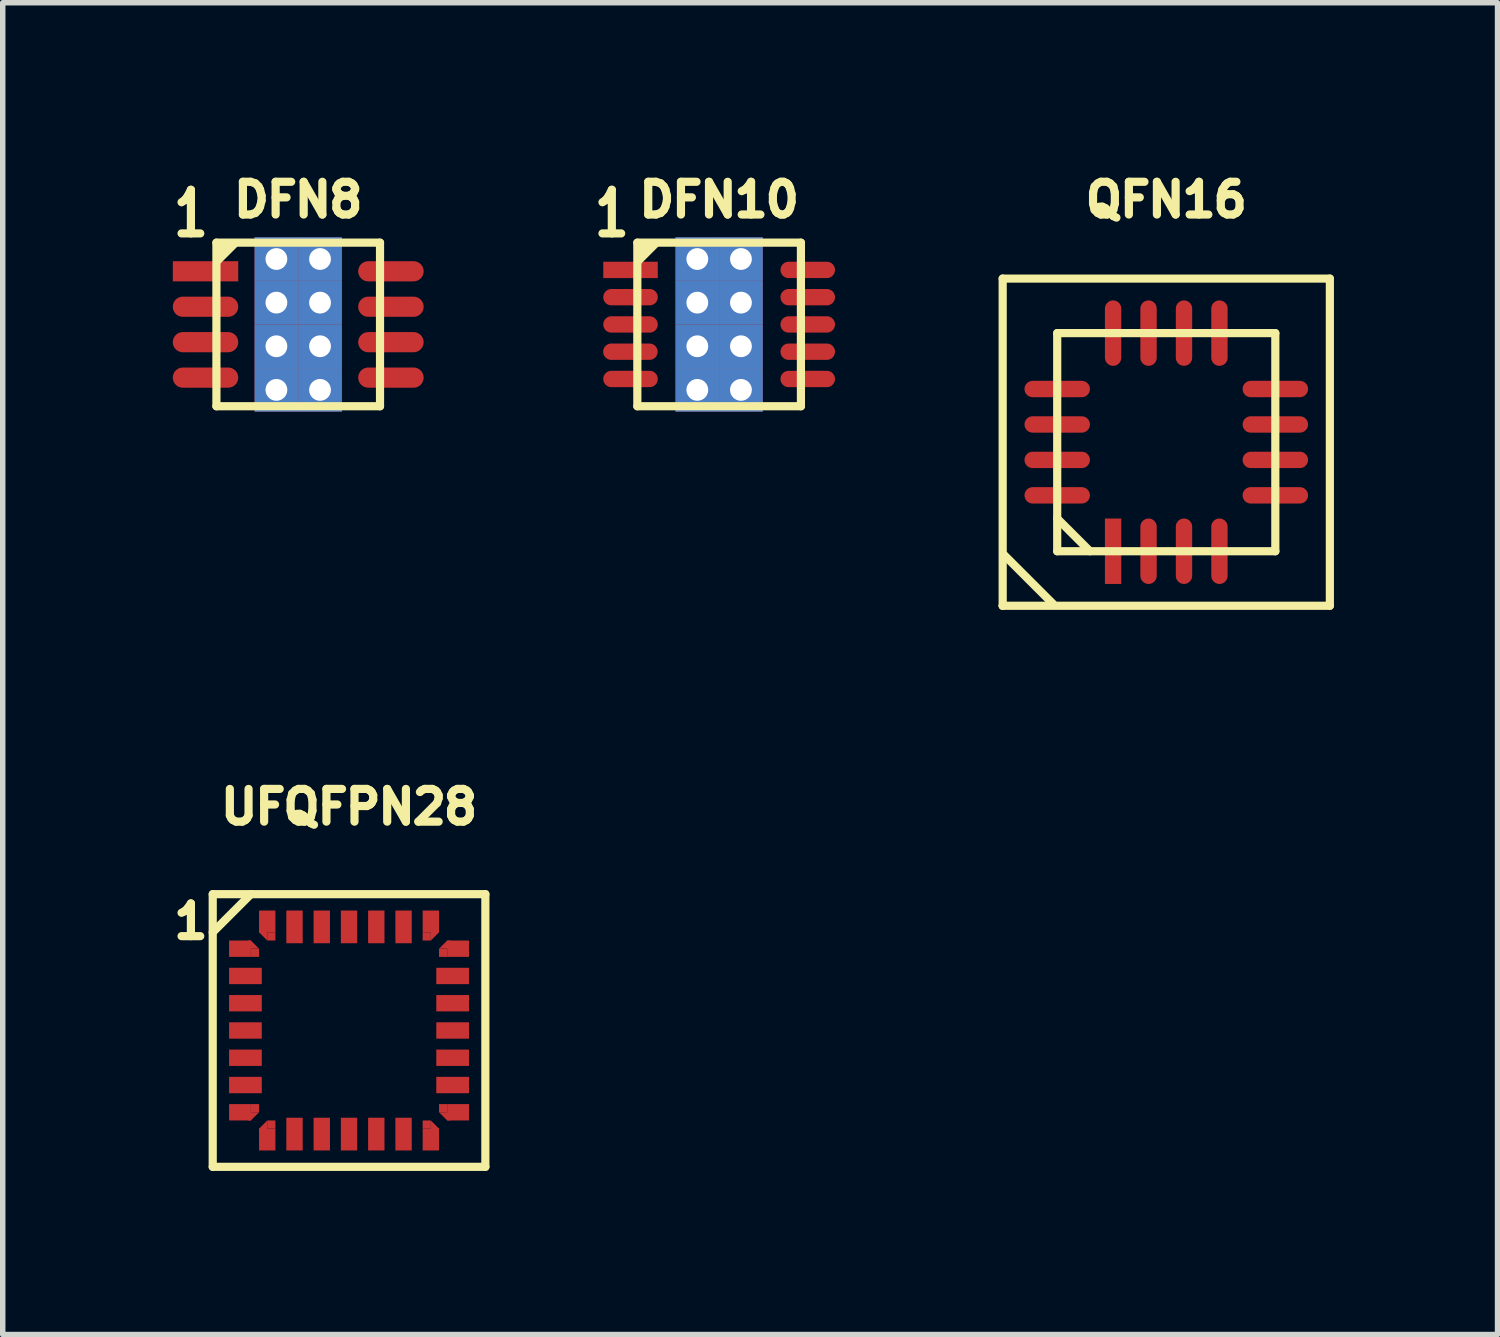
<source format=kicad_pcb>
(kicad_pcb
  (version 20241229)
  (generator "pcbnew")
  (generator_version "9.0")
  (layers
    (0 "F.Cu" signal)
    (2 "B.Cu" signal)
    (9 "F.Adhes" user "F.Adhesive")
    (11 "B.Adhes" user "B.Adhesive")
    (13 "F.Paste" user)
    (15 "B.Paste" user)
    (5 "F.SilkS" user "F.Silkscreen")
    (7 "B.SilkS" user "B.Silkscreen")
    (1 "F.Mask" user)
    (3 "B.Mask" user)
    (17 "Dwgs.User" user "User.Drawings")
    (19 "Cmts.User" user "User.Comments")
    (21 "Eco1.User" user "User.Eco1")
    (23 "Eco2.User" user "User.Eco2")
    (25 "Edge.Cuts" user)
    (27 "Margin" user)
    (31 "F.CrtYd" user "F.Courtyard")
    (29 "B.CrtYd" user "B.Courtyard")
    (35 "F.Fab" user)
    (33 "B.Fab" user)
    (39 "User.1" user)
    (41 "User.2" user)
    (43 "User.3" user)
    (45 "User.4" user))
  (footprint "DFN10"
    (layer "F.Cu")
    (at 10.138 2.9)
    (property "Reference" "DFN10" (at 0 -2.286 0) (layer "F.SilkS") (effects (font (size 0.6 0.6) (thickness 0.15))))
    (attr through_hole)
    (fp_line (start -1.5 -1.5) (end 1.5 -1.5) (stroke (width 0.15) (type solid)) (layer "F.SilkS"))
    (fp_line (start -1.5 1.5) (end -1.5 -1.5) (stroke (width 0.15) (type solid)) (layer "F.SilkS"))
    (fp_line (start -1.48 -1.17) (end -1.17 -1.48) (stroke (width 0.15) (type solid)) (layer "F.SilkS"))
    (fp_line (start -1.333 -1.46) (end -1.46 -1.333) (stroke (width 0.15) (type solid)) (layer "F.SilkS"))
    (fp_line (start 1.5 -1.5) (end 1.5 1.5) (stroke (width 0.15) (type solid)) (layer "F.SilkS"))
    (fp_line (start 1.5 1.5) (end -1.5 1.5) (stroke (width 0.15) (type solid)) (layer "F.SilkS"))
    (fp_text user "1" (at -1.968 -2.032 0) (layer "F.SilkS") (effects (font (size 0.8 0.6) (thickness 0.15))))
    (pad "1" smd rect (at -1.625 -1) (size 1 0.3) (layers "F.Cu" "F.Mask" "F.Paste"))
    (pad "2" smd oval (at -1.625 -0.5) (size 1 0.3) (layers "F.Cu" "F.Mask" "F.Paste"))
    (pad "3" smd oval (at -1.625 0) (size 1 0.3) (layers "F.Cu" "F.Mask" "F.Paste"))
    (pad "4" smd oval (at -1.627 0.5) (size 1 0.3) (layers "F.Cu" "F.Mask" "F.Paste"))
    (pad "5" smd oval (at -1.625 1) (size 1 0.3) (layers "F.Cu" "F.Mask" "F.Paste"))
    (pad "6" smd oval (at 1.625 1) (size 1 0.3) (layers "F.Cu" "F.Mask" "F.Paste"))
    (pad "7" smd oval (at 1.625 0.5) (size 1 0.3) (layers "F.Cu" "F.Mask" "F.Paste"))
    (pad "8" smd oval (at 1.625 0) (size 1 0.3) (layers "F.Cu" "F.Mask" "F.Paste"))
    (pad "9" smd oval (at 1.625 -0.5) (size 1 0.3) (layers "F.Cu" "F.Mask" "F.Paste"))
    (pad "10" smd oval (at 1.625 -1) (size 1 0.3) (layers "F.Cu" "F.Mask" "F.Paste"))
    (pad "PAD" thru_hole rect (at -0.4 -1.2) (size 0.8 0.8) (drill 0.4) (layers "*.Cu" "F.Mask" "F.Paste"))
    (pad "PAD" thru_hole rect (at -0.4 -0.4) (size 0.8 0.8) (drill 0.4) (layers "*.Cu" "F.Mask" "F.Paste"))
    (pad "PAD" thru_hole rect (at -0.4 0.4) (size 0.8 0.8) (drill 0.4) (layers "*.Cu" "F.Mask" "F.Paste"))
    (pad "PAD" thru_hole rect (at -0.4 1.2) (size 0.8 0.8) (drill 0.4) (layers "*.Cu" "F.Mask" "F.Paste"))
    (pad "PAD" thru_hole rect (at 0.4 -1.2) (size 0.8 0.8) (drill 0.4) (layers "*.Cu" "F.Mask" "F.Paste"))
    (pad "PAD" thru_hole rect (at 0.4 -0.4) (size 0.8 0.8) (drill 0.4) (layers "*.Cu" "F.Mask" "F.Paste"))
    (pad "PAD" thru_hole rect (at 0.4 0.4) (size 0.8 0.8) (drill 0.4) (layers "*.Cu" "F.Mask" "F.Paste"))
    (pad "PAD" thru_hole rect (at 0.4 1.2) (size 0.8 0.8) (drill 0.4) (layers "*.Cu" "F.Mask" "F.Paste")))
  (footprint "DFN8"
    (layer "F.Cu")
    (at 2.419 2.9)
    (property "Reference" "DFN8" (at 0 -2.286 0) (layer "F.SilkS") (effects (font (size 0.6 0.6) (thickness 0.15))))
    (attr through_hole)
    (fp_line (start -1.5 -1.5) (end 1.5 -1.5) (stroke (width 0.15) (type solid)) (layer "F.SilkS"))
    (fp_line (start -1.5 1.5) (end -1.5 -1.5) (stroke (width 0.15) (type solid)) (layer "F.SilkS"))
    (fp_line (start -1.48 -1.17) (end -1.17 -1.48) (stroke (width 0.15) (type solid)) (layer "F.SilkS"))
    (fp_line (start -1.333 -1.46) (end -1.46 -1.333) (stroke (width 0.15) (type solid)) (layer "F.SilkS"))
    (fp_line (start 1.5 -1.5) (end 1.5 1.5) (stroke (width 0.15) (type solid)) (layer "F.SilkS"))
    (fp_line (start 1.5 1.5) (end -1.5 1.5) (stroke (width 0.15) (type solid)) (layer "F.SilkS"))
    (fp_text user "1" (at -1.968 -2.032 0) (layer "F.SilkS") (effects (font (size 0.8 0.6) (thickness 0.15))))
    (pad "1" smd rect (at -1.7 -0.975) (size 1.2 0.37) (layers "F.Cu" "F.Mask" "F.Paste"))
    (pad "2" smd oval (at -1.7 -0.325) (size 1.2 0.37) (layers "F.Cu" "F.Mask" "F.Paste"))
    (pad "3" smd oval (at -1.7 0.325) (size 1.2 0.37) (layers "F.Cu" "F.Mask" "F.Paste"))
    (pad "4" smd oval (at -1.7 0.975) (size 1.2 0.37) (layers "F.Cu" "F.Mask" "F.Paste"))
    (pad "5" smd oval (at 1.7 0.975) (size 1.2 0.37) (layers "F.Cu" "F.Mask" "F.Paste"))
    (pad "6" smd oval (at 1.7 0.325) (size 1.2 0.37) (layers "F.Cu" "F.Mask" "F.Paste"))
    (pad "7" smd oval (at 1.7 -0.325) (size 1.2 0.37) (layers "F.Cu" "F.Mask" "F.Paste"))
    (pad "8" smd oval (at 1.7 -0.975) (size 1.2 0.37) (layers "F.Cu" "F.Mask" "F.Paste"))
    (pad "PAD" thru_hole rect (at -0.4 -1.2) (size 0.8 0.8) (drill 0.4) (layers "*.Cu" "F.Mask" "F.Paste"))
    (pad "PAD" thru_hole rect (at -0.4 -0.4) (size 0.8 0.8) (drill 0.4) (layers "*.Cu" "F.Mask" "F.Paste"))
    (pad "PAD" thru_hole rect (at -0.4 0.4) (size 0.8 0.8) (drill 0.4) (layers "*.Cu" "F.Mask" "F.Paste"))
    (pad "PAD" thru_hole rect (at -0.4 1.2) (size 0.8 0.8) (drill 0.4) (layers "*.Cu" "F.Mask" "F.Paste"))
    (pad "PAD" thru_hole rect (at 0.4 -1.2) (size 0.8 0.8) (drill 0.4) (layers "*.Cu" "F.Mask" "F.Paste"))
    (pad "PAD" thru_hole rect (at 0.4 -0.4) (size 0.8 0.8) (drill 0.4) (layers "*.Cu" "F.Mask" "F.Paste"))
    (pad "PAD" thru_hole rect (at 0.4 0.4) (size 0.8 0.8) (drill 0.4) (layers "*.Cu" "F.Mask" "F.Paste"))
    (pad "PAD" thru_hole rect (at 0.4 1.2) (size 0.8 0.8) (drill 0.4) (layers "*.Cu" "F.Mask" "F.Paste")))
  (footprint "UFQFPN28"
    (layer "F.Cu")
    (at 3.351 15.848)
    (property "Reference" "UFQFPN28" (at 0 -4.1 0) (layer "F.SilkS") (effects (font (size 0.6 0.6) (thickness 0.15))))
    (attr through_hole)
    (fp_line (start -2.5 -2.5) (end 2.5 -2.5) (stroke (width 0.15) (type solid)) (layer "F.SilkS"))
    (fp_line (start -2.5 -1.8) (end -1.8 -2.5) (stroke (width 0.15) (type solid)) (layer "F.SilkS"))
    (fp_line (start -2.5 2.5) (end -2.5 -2.5) (stroke (width 0.15) (type solid)) (layer "F.SilkS"))
    (fp_line (start 2.5 -2.5) (end 2.5 2.5) (stroke (width 0.15) (type solid)) (layer "F.SilkS"))
    (fp_line (start 2.5 2.5) (end -2.5 2.5) (stroke (width 0.15) (type solid)) (layer "F.SilkS"))
    (fp_text user "1" (at -2.9 -2 0) (layer "F.SilkS") (effects (font (size 0.6 0.6) (thickness 0.15))))
    (pad "1" smd rect (at -2 -1.5) (size 0.4 0.3) (layers "F.Cu" "F.Mask" "F.Paste"))
    (pad "1" smd trapezoid (at -1.825 -1.575) (size 0.2 0.15) (rect_delta 0 0.15) (layers "F.Cu" "F.Mask" "F.Paste"))
    (pad "1" smd rect (at -1.725 -1.425) (size 0.15 0.15) (layers "F.Cu" "F.Mask" "F.Paste"))
    (pad "2" smd rect (at -1.9 -1) (size 0.6 0.3) (layers "F.Cu" "F.Mask" "F.Paste"))
    (pad "3" smd rect (at -1.9 -0.5) (size 0.6 0.3) (layers "F.Cu" "F.Mask" "F.Paste"))
    (pad "4" smd rect (at -1.9 0) (size 0.6 0.3) (layers "F.Cu" "F.Mask" "F.Paste"))
    (pad "5" smd rect (at -1.9 0.5) (size 0.6 0.3) (layers "F.Cu" "F.Mask" "F.Paste"))
    (pad "6" smd rect (at -1.9 1) (size 0.6 0.3) (layers "F.Cu" "F.Mask" "F.Paste"))
    (pad "7" smd rect (at -2 1.5) (size 0.4 0.3) (layers "F.Cu" "F.Mask" "F.Paste"))
    (pad "7" smd trapezoid (at -1.825 1.575 180) (size 0.2 0.15) (rect_delta 0 0.15) (layers "F.Cu" "F.Mask" "F.Paste"))
    (pad "7" smd rect (at -1.725 1.425) (size 0.15 0.15) (layers "F.Cu" "F.Mask" "F.Paste"))
    (pad "8" smd trapezoid (at -1.575 1.825 90) (size 0.2 0.15) (rect_delta 0 0.15) (layers "F.Cu" "F.Mask" "F.Paste"))
    (pad "8" smd rect (at -1.5 2 90) (size 0.4 0.3) (layers "F.Cu" "F.Mask" "F.Paste"))
    (pad "8" smd rect (at -1.425 1.725) (size 0.15 0.15) (layers "F.Cu" "F.Mask" "F.Paste"))
    (pad "9" smd rect (at -1 1.9 90) (size 0.6 0.3) (layers "F.Cu" "F.Mask" "F.Paste"))
    (pad "10" smd rect (at -0.5 1.9 90) (size 0.6 0.3) (layers "F.Cu" "F.Mask" "F.Paste"))
    (pad "11" smd rect (at 0 1.9 90) (size 0.6 0.3) (layers "F.Cu" "F.Mask" "F.Paste"))
    (pad "12" smd rect (at 0.5 1.9 90) (size 0.6 0.3) (layers "F.Cu" "F.Mask" "F.Paste"))
    (pad "13" smd rect (at 1 1.9 90) (size 0.6 0.3) (layers "F.Cu" "F.Mask" "F.Paste"))
    (pad "14" smd rect (at 1.425 1.725) (size 0.15 0.15) (layers "F.Cu" "F.Mask" "F.Paste"))
    (pad "14" smd rect (at 1.5 2 90) (size 0.4 0.3) (layers "F.Cu" "F.Mask" "F.Paste"))
    (pad "14" smd trapezoid (at 1.575 1.825 270) (size 0.2 0.15) (rect_delta 0 0.15) (layers "F.Cu" "F.Mask" "F.Paste"))
    (pad "15" smd rect (at 1.725 1.425) (size 0.15 0.15) (layers "F.Cu" "F.Mask" "F.Paste"))
    (pad "15" smd trapezoid (at 1.825 1.575 180) (size 0.2 0.15) (rect_delta 0 0.15) (layers "F.Cu" "F.Mask" "F.Paste"))
    (pad "15" smd rect (at 2 1.5) (size 0.4 0.3) (layers "F.Cu" "F.Mask" "F.Paste"))
    (pad "16" smd rect (at 1.9 1) (size 0.6 0.3) (layers "F.Cu" "F.Mask" "F.Paste"))
    (pad "17" smd rect (at 1.9 0.5) (size 0.6 0.3) (layers "F.Cu" "F.Mask" "F.Paste"))
    (pad "18" smd rect (at 1.9 0) (size 0.6 0.3) (layers "F.Cu" "F.Mask" "F.Paste"))
    (pad "19" smd rect (at 1.9 -0.5) (size 0.6 0.3) (layers "F.Cu" "F.Mask" "F.Paste"))
    (pad "20" smd rect (at 1.9 -1) (size 0.6 0.3) (layers "F.Cu" "F.Mask" "F.Paste"))
    (pad "21" smd rect (at 1.725 -1.425) (size 0.15 0.15) (layers "F.Cu" "F.Mask" "F.Paste"))
    (pad "21" smd trapezoid (at 1.825 -1.575) (size 0.2 0.15) (rect_delta 0 0.15) (layers "F.Cu" "F.Mask" "F.Paste"))
    (pad "21" smd rect (at 2 -1.5) (size 0.4 0.3) (layers "F.Cu" "F.Mask" "F.Paste"))
    (pad "22" smd rect (at 1.425 -1.725) (size 0.15 0.15) (layers "F.Cu" "F.Mask" "F.Paste"))
    (pad "22" smd rect (at 1.5 -2 90) (size 0.4 0.3) (layers "F.Cu" "F.Mask" "F.Paste"))
    (pad "22" smd trapezoid (at 1.575 -1.825 270) (size 0.2 0.15) (rect_delta 0 0.15) (layers "F.Cu" "F.Mask" "F.Paste"))
    (pad "23" smd rect (at 1 -1.9 90) (size 0.6 0.3) (layers "F.Cu" "F.Mask" "F.Paste"))
    (pad "24" smd rect (at 0.5 -1.9 90) (size 0.6 0.3) (layers "F.Cu" "F.Mask" "F.Paste"))
    (pad "25" smd rect (at 0 -1.9 90) (size 0.6 0.3) (layers "F.Cu" "F.Mask" "F.Paste"))
    (pad "26" smd rect (at -0.5 -1.9 90) (size 0.6 0.3) (layers "F.Cu" "F.Mask" "F.Paste"))
    (pad "27" smd rect (at -1 -1.9 90) (size 0.6 0.3) (layers "F.Cu" "F.Mask" "F.Paste"))
    (pad "28" smd trapezoid (at -1.575 -1.825 90) (size 0.2 0.15) (rect_delta 0 0.15) (layers "F.Cu" "F.Mask" "F.Paste"))
    (pad "28" smd rect (at -1.5 -2 90) (size 0.4 0.3) (layers "F.Cu" "F.Mask" "F.Paste"))
    (pad "28" smd rect (at -1.425 -1.725) (size 0.15 0.15) (layers "F.Cu" "F.Mask" "F.Paste")))
  (footprint "QFN16"
    (layer "F.Cu")
    (at 18.338 5.059)
    (property "Reference" "QFN16" (at 0 -4.445 0) (layer "F.SilkS") (effects (font (size 0.6 0.6) (thickness 0.15))))
    (attr through_hole)
    (fp_line (start -3 -3) (end 3 -3) (stroke (width 0.15) (type solid)) (layer "F.SilkS"))
    (fp_line (start -3 3) (end -3 -3) (stroke (width 0.15) (type solid)) (layer "F.SilkS"))
    (fp_line (start -3 3) (end -3 3) (stroke (width 0.15) (type solid)) (layer "F.SilkS"))
    (fp_line (start -2.971 2.071) (end -2.071 2.971) (stroke (width 0.15) (type solid)) (layer "F.SilkS"))
    (fp_line (start -2 -2) (end 2 -2) (stroke (width 0.15) (type solid)) (layer "F.SilkS"))
    (fp_line (start -2 1.4) (end -1.4 2) (stroke (width 0.15) (type solid)) (layer "F.SilkS"))
    (fp_line (start -2 2) (end -2 -2) (stroke (width 0.15) (type solid)) (layer "F.SilkS"))
    (fp_line (start 2 -2) (end 2 2) (stroke (width 0.15) (type solid)) (layer "F.SilkS"))
    (fp_line (start 2 2) (end -2 2) (stroke (width 0.15) (type solid)) (layer "F.SilkS"))
    (fp_line (start 3 -3) (end 3 3) (stroke (width 0.15) (type solid)) (layer "F.SilkS"))
    (fp_line (start 3 3) (end -3 3) (stroke (width 0.15) (type solid)) (layer "F.SilkS"))
    (pad "1" smd rect (at -0.975 2 90) (size 1.2 0.3) (layers "F.Cu" "F.Mask" "F.Paste"))
    (pad "2" smd oval (at -0.325 2 90) (size 1.2 0.3) (layers "F.Cu" "F.Mask" "F.Paste"))
    (pad "3" smd oval (at 0.325 2 90) (size 1.2 0.3) (layers "F.Cu" "F.Mask" "F.Paste"))
    (pad "4" smd oval (at 0.975 2 90) (size 1.2 0.3) (layers "F.Cu" "F.Mask" "F.Paste"))
    (pad "5" smd oval (at 2 0.975) (size 1.2 0.3) (layers "F.Cu" "F.Mask" "F.Paste"))
    (pad "6" smd oval (at 2 0.325) (size 1.2 0.3) (layers "F.Cu" "F.Mask" "F.Paste"))
    (pad "7" smd oval (at 2 -0.325) (size 1.2 0.3) (layers "F.Cu" "F.Mask" "F.Paste"))
    (pad "8" smd oval (at 2 -0.975) (size 1.2 0.3) (layers "F.Cu" "F.Mask" "F.Paste"))
    (pad "9" smd oval (at 0.975 -2 90) (size 1.2 0.3) (layers "F.Cu" "F.Mask" "F.Paste"))
    (pad "10" smd oval (at 0.325 -2 90) (size 1.2 0.3) (layers "F.Cu" "F.Mask" "F.Paste"))
    (pad "11" smd oval (at -0.325 -2 90) (size 1.2 0.3) (layers "F.Cu" "F.Mask" "F.Paste"))
    (pad "12" smd oval (at -0.975 -2 90) (size 1.2 0.3) (layers "F.Cu" "F.Mask" "F.Paste"))
    (pad "13" smd oval (at -2 -0.975) (size 1.2 0.3) (layers "F.Cu" "F.Mask" "F.Paste"))
    (pad "14" smd oval (at -2 -0.325) (size 1.2 0.3) (layers "F.Cu" "F.Mask" "F.Paste"))
    (pad "15" smd oval (at -2 0.325) (size 1.2 0.3) (layers "F.Cu" "F.Mask" "F.Paste"))
    (pad "16" smd oval (at -2 0.975) (size 1.2 0.3) (layers "F.Cu" "F.Mask" "F.Paste")))
  (gr_rect
    (start -3 -3)
    (end 24.413 21.424)
    (stroke (width 0.1) (type default))
    (fill no)
    (layer "Edge.Cuts")))
</source>
